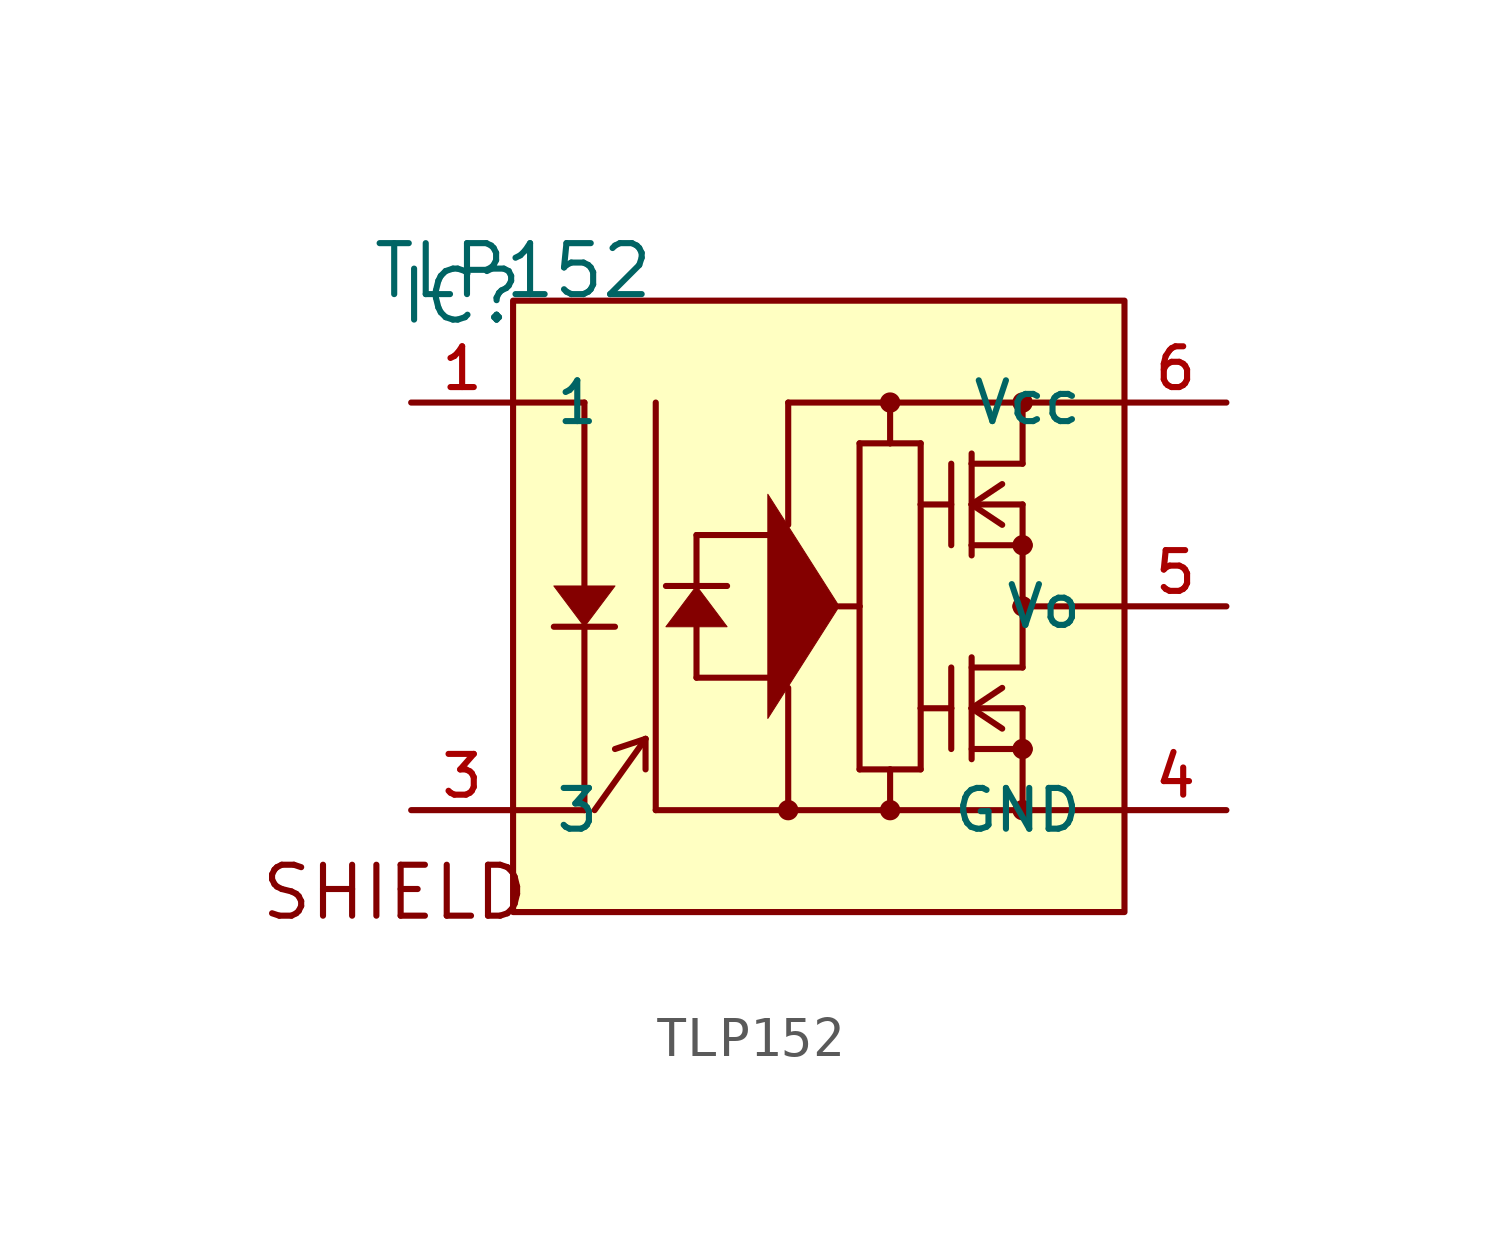
<source format=kicad_sym>
(kicad_symbol_lib
  (version 20231120)
  (generator "kicad_symbol_editor")
  (generator_version "8.0")
  (symbol "TLP152"
    (pin_names
      (offset 1.016))
    (property "Reference" "IC"
      (at -2.87 -0.635 0)
      (effects (font (size 1.27 1.27)) (justify left bottom)))
    (property "Value" "TLP152"
      (at 0 0 0)
      (effects (font (size 1.27 1.27)) (justify bottom)))
    (symbol "TLP152_0_0"
      (rectangle (start 0 -15.24) (end 15.24 0) (stroke (width 0.152) (type default)) (fill (type background)))
      (polyline (pts (xy 1.016 -8.128) (xy 2.54 -8.128)) (stroke (width 0.152) (type default)) (fill (type none)))
      (polyline (pts (xy 1.778 -12.7) (xy 0 -12.7)) (stroke (width 0.152) (type default)) (fill (type none)))
      (polyline (pts (xy 1.778 -12.7) (xy 1.778 -8.128)) (stroke (width 0.152) (type default)) (fill (type none)))
      (polyline (pts (xy 1.778 -2.54) (xy 0 -2.54)) (stroke (width 0.152) (type default)) (fill (type none)))
      (polyline (pts (xy 1.778 -2.54) (xy 1.778 -7.112)) (stroke (width 0.152) (type default)) (fill (type none)))
      (polyline (pts (xy 2.54 -11.176) (xy 3.302 -10.922)) (stroke (width 0.152) (type default)) (fill (type none)))
      (polyline (pts (xy 3.302 -11.684) (xy 3.302 -10.922)) (stroke (width 0.152) (type default)) (fill (type none)))
      (polyline (pts (xy 3.302 -10.922) (xy 2.032 -12.7)) (stroke (width 0.152) (type default)) (fill (type none)))
      (polyline (pts (xy 3.556 -12.7) (xy 6.731 -12.7)) (stroke (width 0.152) (type default)) (fill (type none)))
      (polyline (pts (xy 3.556 -2.54) (xy 3.556 -12.7)) (stroke (width 0.152) (type default)) (fill (type none)))
      (polyline (pts (xy 3.81 -7.112) (xy 5.334 -7.112)) (stroke (width 0.152) (type default)) (fill (type none)))
      (polyline (pts (xy 4.572 -9.398) (xy 6.35 -9.398)) (stroke (width 0.152) (type default)) (fill (type none)))
      (polyline (pts (xy 4.572 -8.128) (xy 4.572 -9.398)) (stroke (width 0.152) (type default)) (fill (type none)))
      (polyline (pts (xy 4.572 -7.112) (xy 4.572 -5.842)) (stroke (width 0.152) (type default)) (fill (type none)))
      (polyline (pts (xy 4.572 -5.842) (xy 6.35 -5.842)) (stroke (width 0.152) (type default)) (fill (type none)))
      (polyline (pts (xy 6.731 -12.7) (xy 6.985 -12.7)) (stroke (width 0.152) (type default)) (fill (type none)))
      (polyline (pts (xy 6.858 -12.7) (xy 6.858 -9.652)) (stroke (width 0.152) (type default)) (fill (type none)))
      (polyline (pts (xy 6.858 -2.54) (xy 6.858 -5.588)) (stroke (width 0.152) (type default)) (fill (type none)))
      (polyline (pts (xy 6.858 -2.54) (xy 9.271 -2.54)) (stroke (width 0.152) (type default)) (fill (type none)))
      (polyline (pts (xy 6.985 -12.7) (xy 9.271 -12.7)) (stroke (width 0.152) (type default)) (fill (type none)))
      (polyline (pts (xy 8.128 -7.62) (xy 8.636 -7.62)) (stroke (width 0.152) (type default)) (fill (type none)))
      (polyline (pts (xy 8.636 -11.684) (xy 8.636 -7.62)) (stroke (width 0.152) (type default)) (fill (type none)))
      (polyline (pts (xy 8.636 -7.62) (xy 8.636 -3.556)) (stroke (width 0.152) (type default)) (fill (type none)))
      (polyline (pts (xy 8.636 -3.556) (xy 9.398 -3.556)) (stroke (width 0.152) (type default)) (fill (type none)))
      (polyline (pts (xy 9.271 -12.7) (xy 9.398 -12.7)) (stroke (width 0.152) (type default)) (fill (type none)))
      (polyline (pts (xy 9.271 -2.54) (xy 9.398 -2.54)) (stroke (width 0.152) (type default)) (fill (type none)))
      (polyline (pts (xy 9.398 -12.7) (xy 9.525 -12.7)) (stroke (width 0.152) (type default)) (fill (type none)))
      (polyline (pts (xy 9.398 -11.684) (xy 8.636 -11.684)) (stroke (width 0.152) (type default)) (fill (type none)))
      (polyline (pts (xy 9.398 -11.684) (xy 9.398 -12.7)) (stroke (width 0.152) (type default)) (fill (type none)))
      (polyline (pts (xy 9.398 -3.556) (xy 9.398 -2.54)) (stroke (width 0.152) (type default)) (fill (type none)))
      (polyline (pts (xy 9.398 -3.556) (xy 10.16 -3.556)) (stroke (width 0.152) (type default)) (fill (type none)))
      (polyline (pts (xy 9.398 -2.54) (xy 9.525 -2.54)) (stroke (width 0.152) (type default)) (fill (type none)))
      (polyline (pts (xy 9.525 -12.7) (xy 12.573 -12.7)) (stroke (width 0.152) (type default)) (fill (type none)))
      (polyline (pts (xy 9.525 -2.54) (xy 12.573 -2.54)) (stroke (width 0.152) (type default)) (fill (type none)))
      (polyline (pts (xy 10.16 -11.684) (xy 9.398 -11.684)) (stroke (width 0.152) (type default)) (fill (type none)))
      (polyline (pts (xy 10.16 -10.16) (xy 10.16 -11.684)) (stroke (width 0.152) (type default)) (fill (type none)))
      (polyline (pts (xy 10.16 -10.16) (xy 10.922 -10.16)) (stroke (width 0.152) (type default)) (fill (type none)))
      (polyline (pts (xy 10.16 -5.08) (xy 10.16 -10.16)) (stroke (width 0.152) (type default)) (fill (type none)))
      (polyline (pts (xy 10.16 -5.08) (xy 10.922 -5.08)) (stroke (width 0.152) (type default)) (fill (type none)))
      (polyline (pts (xy 10.16 -3.556) (xy 10.16 -5.08)) (stroke (width 0.152) (type default)) (fill (type none)))
      (polyline (pts (xy 10.922 -10.16) (xy 10.922 -11.176)) (stroke (width 0.152) (type default)) (fill (type none)))
      (polyline (pts (xy 10.922 -9.144) (xy 10.922 -10.16)) (stroke (width 0.152) (type default)) (fill (type none)))
      (polyline (pts (xy 10.922 -4.064) (xy 10.922 -6.096)) (stroke (width 0.152) (type default)) (fill (type none)))
      (polyline (pts (xy 11.43 -11.176) (xy 12.573 -11.176)) (stroke (width 0.152) (type default)) (fill (type none)))
      (polyline (pts (xy 11.43 -10.16) (xy 11.43 -11.43)) (stroke (width 0.152) (type default)) (fill (type none)))
      (polyline (pts (xy 11.43 -10.16) (xy 12.192 -10.668)) (stroke (width 0.152) (type default)) (fill (type none)))
      (polyline (pts (xy 11.43 -10.16) (xy 12.192 -9.652)) (stroke (width 0.152) (type default)) (fill (type none)))
      (polyline (pts (xy 11.43 -10.16) (xy 12.7 -10.16)) (stroke (width 0.152) (type default)) (fill (type none)))
      (polyline (pts (xy 11.43 -9.144) (xy 12.7 -9.144)) (stroke (width 0.152) (type default)) (fill (type none)))
      (polyline (pts (xy 11.43 -8.89) (xy 11.43 -10.16)) (stroke (width 0.152) (type default)) (fill (type none)))
      (polyline (pts (xy 11.43 -6.096) (xy 11.43 -6.35)) (stroke (width 0.152) (type default)) (fill (type none)))
      (polyline (pts (xy 11.43 -6.096) (xy 12.573 -6.096)) (stroke (width 0.152) (type default)) (fill (type none)))
      (polyline (pts (xy 11.43 -5.08) (xy 11.43 -6.096)) (stroke (width 0.152) (type default)) (fill (type none)))
      (polyline (pts (xy 11.43 -5.08) (xy 12.192 -5.588)) (stroke (width 0.152) (type default)) (fill (type none)))
      (polyline (pts (xy 11.43 -5.08) (xy 12.192 -4.572)) (stroke (width 0.152) (type default)) (fill (type none)))
      (polyline (pts (xy 11.43 -5.08) (xy 12.7 -5.08)) (stroke (width 0.152) (type default)) (fill (type none)))
      (polyline (pts (xy 11.43 -4.064) (xy 11.43 -5.08)) (stroke (width 0.152) (type default)) (fill (type none)))
      (polyline (pts (xy 11.43 -4.064) (xy 12.7 -4.064)) (stroke (width 0.152) (type default)) (fill (type none)))
      (polyline (pts (xy 11.43 -3.81) (xy 11.43 -4.064)) (stroke (width 0.152) (type default)) (fill (type none)))
      (polyline (pts (xy 12.573 -12.7) (xy 12.7 -12.7)) (stroke (width 0.152) (type default)) (fill (type none)))
      (polyline (pts (xy 12.573 -11.176) (xy 12.7 -11.176)) (stroke (width 0.152) (type default)) (fill (type none)))
      (polyline (pts (xy 12.573 -6.096) (xy 12.7 -6.096)) (stroke (width 0.152) (type default)) (fill (type none)))
      (polyline (pts (xy 12.573 -2.54) (xy 12.7 -2.54)) (stroke (width 0.152) (type default)) (fill (type none)))
      (polyline (pts (xy 12.7 -12.7) (xy 12.827 -12.7)) (stroke (width 0.152) (type default)) (fill (type none)))
      (polyline (pts (xy 12.7 -10.16) (xy 12.7 -12.7)) (stroke (width 0.152) (type default)) (fill (type none)))
      (polyline (pts (xy 12.7 -7.62) (xy 12.827 -7.62)) (stroke (width 0.152) (type default)) (fill (type none)))
      (polyline (pts (xy 12.7 -5.08) (xy 12.7 -9.144)) (stroke (width 0.152) (type default)) (fill (type none)))
      (polyline (pts (xy 12.7 -4.064) (xy 12.7 -2.54)) (stroke (width 0.152) (type default)) (fill (type none)))
      (polyline (pts (xy 12.7 -2.54) (xy 12.827 -2.54)) (stroke (width 0.152) (type default)) (fill (type none)))
      (polyline (pts (xy 12.827 -12.7) (xy 15.24 -12.7)) (stroke (width 0.152) (type default)) (fill (type none)))
      (polyline (pts (xy 12.827 -7.62) (xy 15.24 -7.62)) (stroke (width 0.152) (type default)) (fill (type none)))
      (polyline (pts (xy 12.827 -2.54) (xy 15.24 -2.54)) (stroke (width 0.152) (type default)) (fill (type none)))
      (polyline (pts (xy 1.016 -7.112) (xy 2.54 -7.112) (xy 1.778 -8.128) (xy 1.016 -7.112)) (stroke (width 0.025) (type default)) (fill (type outline)))
      (polyline (pts (xy 3.81 -8.128) (xy 5.334 -8.128) (xy 4.572 -7.112) (xy 3.81 -8.128)) (stroke (width 0.025) (type default)) (fill (type outline)))
      (polyline (pts (xy 6.35 -4.826) (xy 6.35 -10.414) (xy 8.128 -7.62) (xy 6.35 -4.826)) (stroke (width 0.025) (type default)) (fill (type outline)))
      (arc (start 6.731 -12.7) (mid 6.858 -12.8264) (end 6.985 -12.7) (stroke (width 0.254) (type default)) (fill (type none)))
      (arc (start 6.985 -12.7) (mid 6.858 -12.5735) (end 6.731 -12.7) (stroke (width 0.254) (type default)) (fill (type none)))
      (arc (start 9.271 -12.7) (mid 9.398 -12.8264) (end 9.525 -12.7) (stroke (width 0.254) (type default)) (fill (type none)))
      (arc (start 9.271 -2.54) (mid 9.398 -2.6664) (end 9.525 -2.54) (stroke (width 0.254) (type default)) (fill (type none)))
      (arc (start 9.525 -12.7) (mid 9.398 -12.5735) (end 9.271 -12.7) (stroke (width 0.254) (type default)) (fill (type none)))
      (arc (start 9.525 -2.54) (mid 9.398 -2.4135) (end 9.271 -2.54) (stroke (width 0.254) (type default)) (fill (type none)))
      (arc (start 12.573 -12.7) (mid 12.7 -12.8264) (end 12.827 -12.7) (stroke (width 0.254) (type default)) (fill (type none)))
      (arc (start 12.573 -11.176) (mid 12.7 -11.3024) (end 12.827 -11.176) (stroke (width 0.254) (type default)) (fill (type none)))
      (arc (start 12.573 -7.62) (mid 12.7 -7.7464) (end 12.827 -7.62) (stroke (width 0.254) (type default)) (fill (type none)))
      (arc (start 12.573 -6.096) (mid 12.7 -6.2224) (end 12.827 -6.096) (stroke (width 0.254) (type default)) (fill (type none)))
      (arc (start 12.573 -2.54) (mid 12.7 -2.6664) (end 12.827 -2.54) (stroke (width 0.254) (type default)) (fill (type none)))
      (arc (start 12.827 -12.7) (mid 12.7 -12.5735) (end 12.573 -12.7) (stroke (width 0.254) (type default)) (fill (type none)))
      (arc (start 12.827 -11.176) (mid 12.7 -11.0495) (end 12.573 -11.176) (stroke (width 0.254) (type default)) (fill (type none)))
      (arc (start 12.827 -7.62) (mid 12.7 -7.4935) (end 12.573 -7.62) (stroke (width 0.254) (type default)) (fill (type none)))
      (arc (start 12.827 -6.096) (mid 12.7 -5.9695) (end 12.573 -6.096) (stroke (width 0.254) (type default)) (fill (type none)))
      (arc (start 12.827 -2.54) (mid 12.7 -2.4135) (end 12.573 -2.54) (stroke (width 0.254) (type default)) (fill (type none)))
      (text "SHIELD" (at -6.35 -15.494 0) (effects (font (size 1.27 1.27)) (justify left bottom)))
      (pin bidirectional line (at -2.54 -2.54 0) (length 2.54) (name "1" (effects (font (size 1.016 1.016)))) (number "1" (effects (font (size 1.016 1.016)))))
      (pin bidirectional line (at -2.54 -12.7 0) (length 2.54) (name "3" (effects (font (size 1.016 1.016)))) (number "3" (effects (font (size 1.016 1.016))))))
    (symbol "TLP152_1_0"
      (pin power_in line (at 17.78 -12.7 180) (length 2.54) (name "GND" (effects (font (size 1.016 1.016)))) (number "4" (effects (font (size 1.016 1.016)))))
      (pin output line (at 17.78 -7.62 180) (length 2.54) (name "Vo" (effects (font (size 1.016 1.016)))) (number "5" (effects (font (size 1.016 1.016)))))
      (pin power_in line (at 17.78 -2.54 180) (length 2.54) (name "Vcc" (effects (font (size 1.016 1.016)))) (number "6" (effects (font (size 1.016 1.016))))))))
</source>
